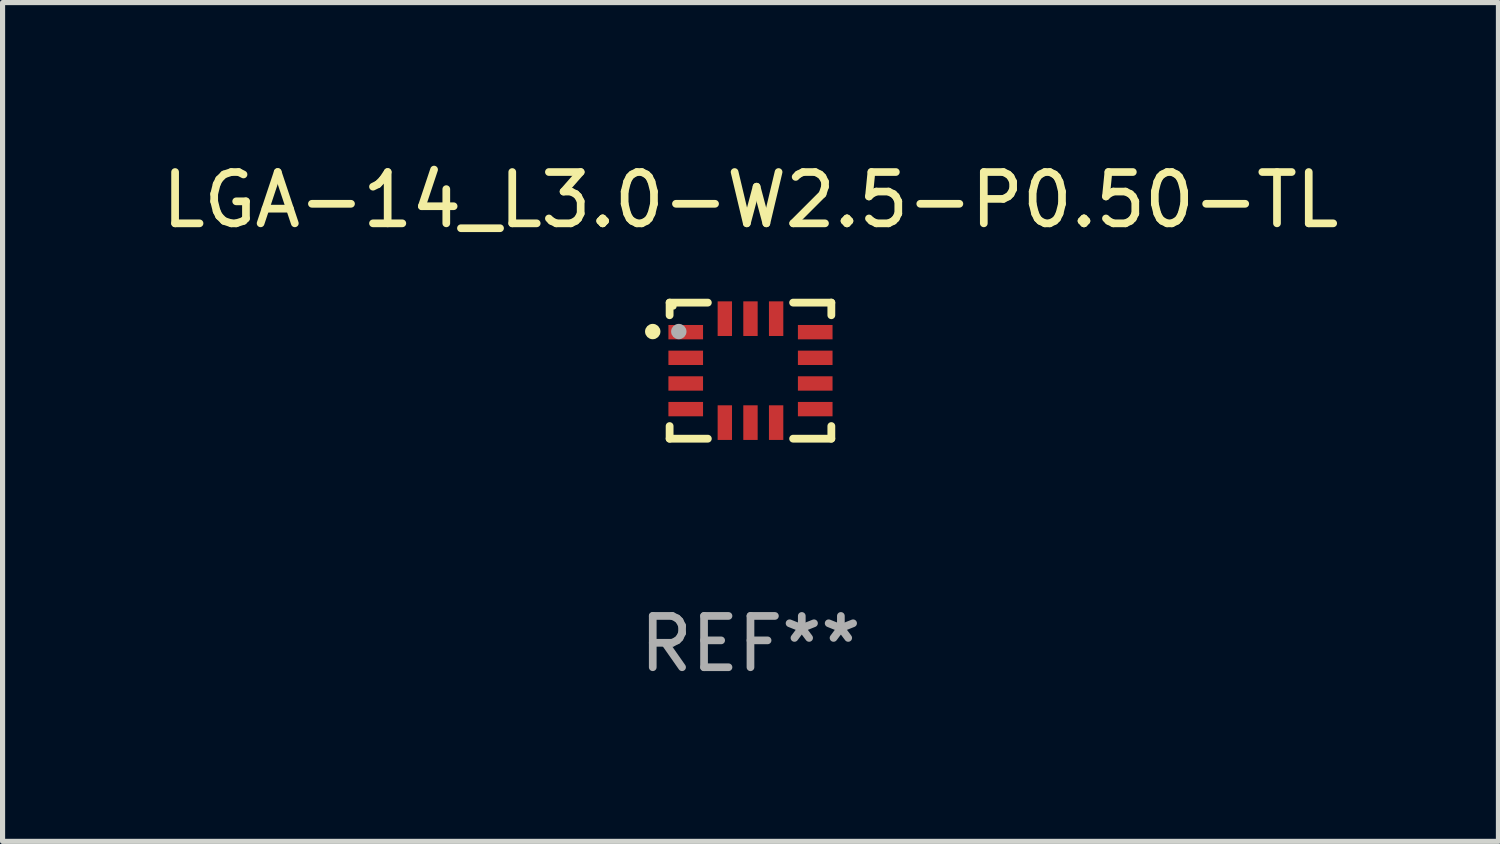
<source format=kicad_pcb>
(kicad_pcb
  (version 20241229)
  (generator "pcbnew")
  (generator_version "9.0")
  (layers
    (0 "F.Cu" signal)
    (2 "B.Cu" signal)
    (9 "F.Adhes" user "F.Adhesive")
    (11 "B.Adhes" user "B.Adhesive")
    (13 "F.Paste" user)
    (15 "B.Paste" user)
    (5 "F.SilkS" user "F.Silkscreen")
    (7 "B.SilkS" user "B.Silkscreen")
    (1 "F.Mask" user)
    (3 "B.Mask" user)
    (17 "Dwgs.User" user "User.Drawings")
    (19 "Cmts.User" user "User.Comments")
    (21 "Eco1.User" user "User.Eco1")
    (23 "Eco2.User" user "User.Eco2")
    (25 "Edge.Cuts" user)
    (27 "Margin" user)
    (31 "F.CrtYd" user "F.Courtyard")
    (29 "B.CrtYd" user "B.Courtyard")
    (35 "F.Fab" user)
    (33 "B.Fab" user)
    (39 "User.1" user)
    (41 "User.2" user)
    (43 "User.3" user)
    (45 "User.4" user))
  (footprint "LGA-14_L3.0-W2.5-P0.50-TL"
    (layer "F.Cu")
    (at 11.577 4.174)
    (property "Reference" "LGA-14_L3.0-W2.5-P0.50-TL" (at 0 -3.326 0) (layer "F.SilkS") (effects (font (size 1 1) (thickness 0.15))))
    (attr through_hole)
    (fp_line (start -1.576 -1.326) (end -1.576 -1.08) (stroke (width 0.152) (type solid)) (layer "F.SilkS"))
    (fp_line (start -1.576 1.326) (end -1.576 1.08) (stroke (width 0.152) (type solid)) (layer "F.SilkS"))
    (fp_line (start -0.831 -1.326) (end -1.576 -1.326) (stroke (width 0.152) (type solid)) (layer "F.SilkS"))
    (fp_line (start -0.831 1.326) (end -1.576 1.326) (stroke (width 0.152) (type solid)) (layer "F.SilkS"))
    (fp_line (start 0.831 -1.326) (end 1.576 -1.326) (stroke (width 0.152) (type solid)) (layer "F.SilkS"))
    (fp_line (start 0.831 1.326) (end 1.576 1.326) (stroke (width 0.152) (type solid)) (layer "F.SilkS"))
    (fp_line (start 1.576 -1.326) (end 1.576 -1.08) (stroke (width 0.152) (type solid)) (layer "F.SilkS"))
    (fp_line (start 1.576 1.326) (end 1.576 1.08) (stroke (width 0.152) (type solid)) (layer "F.SilkS"))
    (fp_circle (center -1.905 -0.762) (end -1.83 -0.762) (stroke (width 0.15) (type solid)) (fill no) (layer "F.SilkS"))
    (fp_circle (center -1.5 -1.25) (end -1.47 -1.25) (stroke (width 0.06) (type solid)) (fill no) (layer "F.SilkS"))
    (fp_circle (center -1.397 -0.762) (end -1.322 -0.762) (stroke (width 0.15) (type solid)) (fill no) (layer "F.Fab"))
    (fp_text user "REF**" (at 0 5.326 0) (layer "F.Fab") (effects (font (size 1 1) (thickness 0.15))))
    (pad "1" smd rect (at -1.262 -0.75) (size 0.675 0.28) (layers "F.Cu" "F.Mask" "F.Paste"))
    (pad "2" smd rect (at -1.262 -0.25) (size 0.675 0.28) (layers "F.Cu" "F.Mask" "F.Paste"))
    (pad "3" smd rect (at -1.262 0.25) (size 0.675 0.28) (layers "F.Cu" "F.Mask" "F.Paste"))
    (pad "4" smd rect (at -1.262 0.75) (size 0.675 0.28) (layers "F.Cu" "F.Mask" "F.Paste"))
    (pad "5" smd rect (at -0.5 1.013) (size 0.28 0.675) (layers "F.Cu" "F.Mask" "F.Paste"))
    (pad "6" smd rect (at 0 1.013) (size 0.28 0.675) (layers "F.Cu" "F.Mask" "F.Paste"))
    (pad "7" smd rect (at 0.5 1.013) (size 0.28 0.675) (layers "F.Cu" "F.Mask" "F.Paste"))
    (pad "8" smd rect (at 1.262 0.75) (size 0.675 0.28) (layers "F.Cu" "F.Mask" "F.Paste"))
    (pad "9" smd rect (at 1.262 0.25) (size 0.675 0.28) (layers "F.Cu" "F.Mask" "F.Paste"))
    (pad "10" smd rect (at 1.262 -0.25) (size 0.675 0.28) (layers "F.Cu" "F.Mask" "F.Paste"))
    (pad "11" smd rect (at 1.262 -0.75) (size 0.675 0.28) (layers "F.Cu" "F.Mask" "F.Paste"))
    (pad "12" smd rect (at 0.5 -1.013) (size 0.28 0.675) (layers "F.Cu" "F.Mask" "F.Paste"))
    (pad "13" smd rect (at 0 -1.013) (size 0.28 0.675) (layers "F.Cu" "F.Mask" "F.Paste"))
    (pad "14" smd rect (at -0.5 -1.013) (size 0.28 0.675) (layers "F.Cu" "F.Mask" "F.Paste")))
  (gr_rect
    (start -3 -3)
    (end 26.155 13.349)
    (stroke (width 0.1) (type default))
    (fill no)
    (layer "Edge.Cuts")))
</source>
